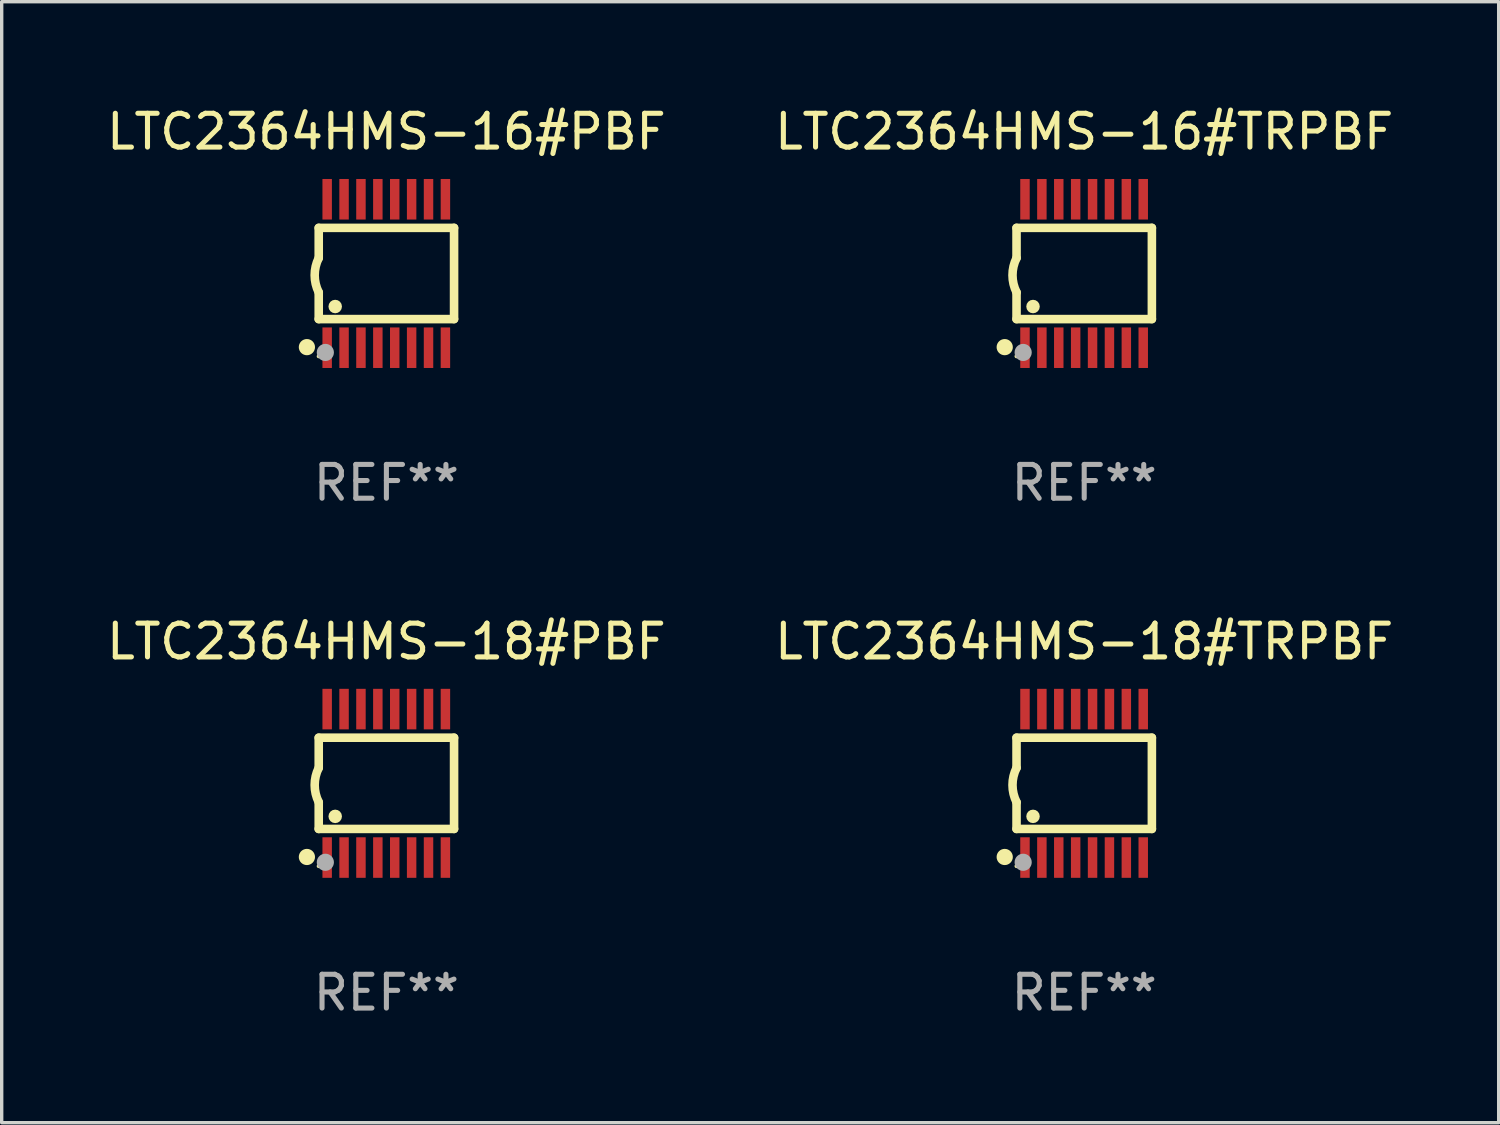
<source format=kicad_pcb>
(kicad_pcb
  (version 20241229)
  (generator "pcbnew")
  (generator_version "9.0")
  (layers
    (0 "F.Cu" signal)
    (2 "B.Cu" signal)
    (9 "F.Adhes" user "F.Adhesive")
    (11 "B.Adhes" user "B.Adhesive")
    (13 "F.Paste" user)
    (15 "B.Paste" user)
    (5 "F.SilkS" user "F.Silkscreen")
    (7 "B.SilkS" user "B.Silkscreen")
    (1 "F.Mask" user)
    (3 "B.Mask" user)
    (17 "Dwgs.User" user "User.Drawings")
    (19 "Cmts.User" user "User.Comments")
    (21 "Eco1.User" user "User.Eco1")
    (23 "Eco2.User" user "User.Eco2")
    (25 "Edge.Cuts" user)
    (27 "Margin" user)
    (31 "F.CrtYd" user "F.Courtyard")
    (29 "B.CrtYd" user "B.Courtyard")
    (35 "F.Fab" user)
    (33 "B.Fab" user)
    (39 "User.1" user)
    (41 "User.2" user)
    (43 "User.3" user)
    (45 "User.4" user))
  (footprint "LTC2364HMS-18#TRPBF"
    (layer "F.Cu")
    (at 29.042 20.136)
    (property "Reference" "LTC2364HMS-18#TRPBF" (at 0 -4.197 0) (layer "F.SilkS") (effects (font (size 1 1) (thickness 0.15))))
    (attr through_hole)
    (fp_line (start -2.003 -1.35) (end -2.003 -0.457) (stroke (width 0.254) (type solid)) (layer "F.SilkS"))
    (fp_line (start -2.003 -1.35) (end 2.003 -1.35) (stroke (width 0.254) (type solid)) (layer "F.SilkS"))
    (fp_line (start -2.003 1.35) (end -2.003 0.559) (stroke (width 0.254) (type solid)) (layer "F.SilkS"))
    (fp_line (start -2.003 1.35) (end 2.003 1.35) (stroke (width 0.254) (type solid)) (layer "F.SilkS"))
    (fp_line (start 2.003 -1.35) (end 2.003 1.35) (stroke (width 0.254) (type solid)) (layer "F.SilkS"))
    (fp_arc (start -2.002286 0.558802) (mid -2.122556 0.05092) (end -2.003302 -0.457201) (stroke (width 0.254001) (type solid)) (layer "F.SilkS"))
    (fp_circle (center -2.353 2.18) (end -2.233 2.18) (stroke (width 0.24) (type solid)) (fill no) (layer "F.SilkS"))
    (fp_circle (center -2.003 2.45) (end -1.973 2.45) (stroke (width 0.06) (type solid)) (fill no) (layer "F.SilkS"))
    (fp_circle (center -1.515 0.978) (end -1.415 0.978) (stroke (width 0.2) (type solid)) (fill no) (layer "F.SilkS"))
    (fp_circle (center -1.807 2.337) (end -1.68 2.337) (stroke (width 0.254) (type solid)) (fill no) (layer "F.Fab"))
    (fp_text user "REF**" (at 0 6.197 0) (layer "F.Fab") (effects (font (size 1 1) (thickness 0.15))))
    (pad "1" smd rect (at -1.753 2.197 90) (size 1.2 0.28) (layers "F.Cu" "F.Mask" "F.Paste"))
    (pad "2" smd rect (at -1.253 2.197 90) (size 1.2 0.28) (layers "F.Cu" "F.Mask" "F.Paste"))
    (pad "3" smd rect (at -0.753 2.197 90) (size 1.2 0.28) (layers "F.Cu" "F.Mask" "F.Paste"))
    (pad "4" smd rect (at -0.253 2.197 90) (size 1.2 0.28) (layers "F.Cu" "F.Mask" "F.Paste"))
    (pad "5" smd rect (at 0.247 2.197 90) (size 1.2 0.28) (layers "F.Cu" "F.Mask" "F.Paste"))
    (pad "6" smd rect (at 0.747 2.197 90) (size 1.2 0.28) (layers "F.Cu" "F.Mask" "F.Paste"))
    (pad "7" smd rect (at 1.247 2.197 90) (size 1.2 0.28) (layers "F.Cu" "F.Mask" "F.Paste"))
    (pad "8" smd rect (at 1.747 2.197 90) (size 1.2 0.28) (layers "F.Cu" "F.Mask" "F.Paste"))
    (pad "9" smd rect (at 1.747 -2.197 90) (size 1.2 0.28) (layers "F.Cu" "F.Mask" "F.Paste"))
    (pad "10" smd rect (at 1.247 -2.197 90) (size 1.2 0.28) (layers "F.Cu" "F.Mask" "F.Paste"))
    (pad "11" smd rect (at 0.747 -2.197 90) (size 1.2 0.28) (layers "F.Cu" "F.Mask" "F.Paste"))
    (pad "12" smd rect (at 0.247 -2.197 90) (size 1.2 0.28) (layers "F.Cu" "F.Mask" "F.Paste"))
    (pad "13" smd rect (at -0.253 -2.197 90) (size 1.2 0.28) (layers "F.Cu" "F.Mask" "F.Paste"))
    (pad "14" smd rect (at -0.753 -2.197 90) (size 1.2 0.28) (layers "F.Cu" "F.Mask" "F.Paste"))
    (pad "15" smd rect (at -1.253 -2.197 90) (size 1.2 0.28) (layers "F.Cu" "F.Mask" "F.Paste"))
    (pad "16" smd rect (at -1.753 -2.197 90) (size 1.2 0.28) (layers "F.Cu" "F.Mask" "F.Paste")))
  (footprint "LTC2364HMS-18#PBF"
    (layer "F.Cu")
    (at 8.387 20.136)
    (property "Reference" "LTC2364HMS-18#PBF" (at 0 -4.197 0) (layer "F.SilkS") (effects (font (size 1 1) (thickness 0.15))))
    (attr through_hole)
    (fp_line (start -2.003 -1.35) (end -2.003 -0.457) (stroke (width 0.254) (type solid)) (layer "F.SilkS"))
    (fp_line (start -2.003 -1.35) (end 2.003 -1.35) (stroke (width 0.254) (type solid)) (layer "F.SilkS"))
    (fp_line (start -2.003 1.35) (end -2.003 0.559) (stroke (width 0.254) (type solid)) (layer "F.SilkS"))
    (fp_line (start -2.003 1.35) (end 2.003 1.35) (stroke (width 0.254) (type solid)) (layer "F.SilkS"))
    (fp_line (start 2.003 -1.35) (end 2.003 1.35) (stroke (width 0.254) (type solid)) (layer "F.SilkS"))
    (fp_arc (start -2.002286 0.558802) (mid -2.122556 0.05092) (end -2.003302 -0.457201) (stroke (width 0.254001) (type solid)) (layer "F.SilkS"))
    (fp_circle (center -2.353 2.18) (end -2.233 2.18) (stroke (width 0.24) (type solid)) (fill no) (layer "F.SilkS"))
    (fp_circle (center -2.003 2.45) (end -1.973 2.45) (stroke (width 0.06) (type solid)) (fill no) (layer "F.SilkS"))
    (fp_circle (center -1.515 0.978) (end -1.415 0.978) (stroke (width 0.2) (type solid)) (fill no) (layer "F.SilkS"))
    (fp_circle (center -1.807 2.337) (end -1.68 2.337) (stroke (width 0.254) (type solid)) (fill no) (layer "F.Fab"))
    (fp_text user "REF**" (at 0 6.197 0) (layer "F.Fab") (effects (font (size 1 1) (thickness 0.15))))
    (pad "1" smd rect (at -1.753 2.197 90) (size 1.2 0.28) (layers "F.Cu" "F.Mask" "F.Paste"))
    (pad "2" smd rect (at -1.253 2.197 90) (size 1.2 0.28) (layers "F.Cu" "F.Mask" "F.Paste"))
    (pad "3" smd rect (at -0.753 2.197 90) (size 1.2 0.28) (layers "F.Cu" "F.Mask" "F.Paste"))
    (pad "4" smd rect (at -0.253 2.197 90) (size 1.2 0.28) (layers "F.Cu" "F.Mask" "F.Paste"))
    (pad "5" smd rect (at 0.247 2.197 90) (size 1.2 0.28) (layers "F.Cu" "F.Mask" "F.Paste"))
    (pad "6" smd rect (at 0.747 2.197 90) (size 1.2 0.28) (layers "F.Cu" "F.Mask" "F.Paste"))
    (pad "7" smd rect (at 1.247 2.197 90) (size 1.2 0.28) (layers "F.Cu" "F.Mask" "F.Paste"))
    (pad "8" smd rect (at 1.747 2.197 90) (size 1.2 0.28) (layers "F.Cu" "F.Mask" "F.Paste"))
    (pad "9" smd rect (at 1.747 -2.197 90) (size 1.2 0.28) (layers "F.Cu" "F.Mask" "F.Paste"))
    (pad "10" smd rect (at 1.247 -2.197 90) (size 1.2 0.28) (layers "F.Cu" "F.Mask" "F.Paste"))
    (pad "11" smd rect (at 0.747 -2.197 90) (size 1.2 0.28) (layers "F.Cu" "F.Mask" "F.Paste"))
    (pad "12" smd rect (at 0.247 -2.197 90) (size 1.2 0.28) (layers "F.Cu" "F.Mask" "F.Paste"))
    (pad "13" smd rect (at -0.253 -2.197 90) (size 1.2 0.28) (layers "F.Cu" "F.Mask" "F.Paste"))
    (pad "14" smd rect (at -0.753 -2.197 90) (size 1.2 0.28) (layers "F.Cu" "F.Mask" "F.Paste"))
    (pad "15" smd rect (at -1.253 -2.197 90) (size 1.2 0.28) (layers "F.Cu" "F.Mask" "F.Paste"))
    (pad "16" smd rect (at -1.753 -2.197 90) (size 1.2 0.28) (layers "F.Cu" "F.Mask" "F.Paste")))
  (footprint "LTC2364HMS-16#PBF"
    (layer "F.Cu")
    (at 8.387 5.045)
    (property "Reference" "LTC2364HMS-16#PBF" (at 0 -4.197 0) (layer "F.SilkS") (effects (font (size 1 1) (thickness 0.15))))
    (attr through_hole)
    (fp_line (start -2.003 -1.35) (end -2.003 -0.457) (stroke (width 0.254) (type solid)) (layer "F.SilkS"))
    (fp_line (start -2.003 -1.35) (end 2.003 -1.35) (stroke (width 0.254) (type solid)) (layer "F.SilkS"))
    (fp_line (start -2.003 1.35) (end -2.003 0.559) (stroke (width 0.254) (type solid)) (layer "F.SilkS"))
    (fp_line (start -2.003 1.35) (end 2.003 1.35) (stroke (width 0.254) (type solid)) (layer "F.SilkS"))
    (fp_line (start 2.003 -1.35) (end 2.003 1.35) (stroke (width 0.254) (type solid)) (layer "F.SilkS"))
    (fp_arc (start -2.002286 0.558802) (mid -2.122556 0.05092) (end -2.003302 -0.457201) (stroke (width 0.254001) (type solid)) (layer "F.SilkS"))
    (fp_circle (center -2.353 2.18) (end -2.233 2.18) (stroke (width 0.24) (type solid)) (fill no) (layer "F.SilkS"))
    (fp_circle (center -2.003 2.45) (end -1.973 2.45) (stroke (width 0.06) (type solid)) (fill no) (layer "F.SilkS"))
    (fp_circle (center -1.515 0.978) (end -1.415 0.978) (stroke (width 0.2) (type solid)) (fill no) (layer "F.SilkS"))
    (fp_circle (center -1.807 2.337) (end -1.68 2.337) (stroke (width 0.254) (type solid)) (fill no) (layer "F.Fab"))
    (fp_text user "REF**" (at 0 6.197 0) (layer "F.Fab") (effects (font (size 1 1) (thickness 0.15))))
    (pad "1" smd rect (at -1.753 2.197 90) (size 1.2 0.28) (layers "F.Cu" "F.Mask" "F.Paste"))
    (pad "2" smd rect (at -1.253 2.197 90) (size 1.2 0.28) (layers "F.Cu" "F.Mask" "F.Paste"))
    (pad "3" smd rect (at -0.753 2.197 90) (size 1.2 0.28) (layers "F.Cu" "F.Mask" "F.Paste"))
    (pad "4" smd rect (at -0.253 2.197 90) (size 1.2 0.28) (layers "F.Cu" "F.Mask" "F.Paste"))
    (pad "5" smd rect (at 0.247 2.197 90) (size 1.2 0.28) (layers "F.Cu" "F.Mask" "F.Paste"))
    (pad "6" smd rect (at 0.747 2.197 90) (size 1.2 0.28) (layers "F.Cu" "F.Mask" "F.Paste"))
    (pad "7" smd rect (at 1.247 2.197 90) (size 1.2 0.28) (layers "F.Cu" "F.Mask" "F.Paste"))
    (pad "8" smd rect (at 1.747 2.197 90) (size 1.2 0.28) (layers "F.Cu" "F.Mask" "F.Paste"))
    (pad "9" smd rect (at 1.747 -2.197 90) (size 1.2 0.28) (layers "F.Cu" "F.Mask" "F.Paste"))
    (pad "10" smd rect (at 1.247 -2.197 90) (size 1.2 0.28) (layers "F.Cu" "F.Mask" "F.Paste"))
    (pad "11" smd rect (at 0.747 -2.197 90) (size 1.2 0.28) (layers "F.Cu" "F.Mask" "F.Paste"))
    (pad "12" smd rect (at 0.247 -2.197 90) (size 1.2 0.28) (layers "F.Cu" "F.Mask" "F.Paste"))
    (pad "13" smd rect (at -0.253 -2.197 90) (size 1.2 0.28) (layers "F.Cu" "F.Mask" "F.Paste"))
    (pad "14" smd rect (at -0.753 -2.197 90) (size 1.2 0.28) (layers "F.Cu" "F.Mask" "F.Paste"))
    (pad "15" smd rect (at -1.253 -2.197 90) (size 1.2 0.28) (layers "F.Cu" "F.Mask" "F.Paste"))
    (pad "16" smd rect (at -1.753 -2.197 90) (size 1.2 0.28) (layers "F.Cu" "F.Mask" "F.Paste")))
  (footprint "LTC2364HMS-16#TRPBF"
    (layer "F.Cu")
    (at 29.042 5.045)
    (property "Reference" "LTC2364HMS-16#TRPBF" (at 0 -4.197 0) (layer "F.SilkS") (effects (font (size 1 1) (thickness 0.15))))
    (attr through_hole)
    (fp_line (start -2.003 -1.35) (end -2.003 -0.457) (stroke (width 0.254) (type solid)) (layer "F.SilkS"))
    (fp_line (start -2.003 -1.35) (end 2.003 -1.35) (stroke (width 0.254) (type solid)) (layer "F.SilkS"))
    (fp_line (start -2.003 1.35) (end -2.003 0.559) (stroke (width 0.254) (type solid)) (layer "F.SilkS"))
    (fp_line (start -2.003 1.35) (end 2.003 1.35) (stroke (width 0.254) (type solid)) (layer "F.SilkS"))
    (fp_line (start 2.003 -1.35) (end 2.003 1.35) (stroke (width 0.254) (type solid)) (layer "F.SilkS"))
    (fp_arc (start -2.002286 0.558802) (mid -2.122556 0.05092) (end -2.003302 -0.457201) (stroke (width 0.254001) (type solid)) (layer "F.SilkS"))
    (fp_circle (center -2.353 2.18) (end -2.233 2.18) (stroke (width 0.24) (type solid)) (fill no) (layer "F.SilkS"))
    (fp_circle (center -2.003 2.45) (end -1.973 2.45) (stroke (width 0.06) (type solid)) (fill no) (layer "F.SilkS"))
    (fp_circle (center -1.515 0.978) (end -1.415 0.978) (stroke (width 0.2) (type solid)) (fill no) (layer "F.SilkS"))
    (fp_circle (center -1.807 2.337) (end -1.68 2.337) (stroke (width 0.254) (type solid)) (fill no) (layer "F.Fab"))
    (fp_text user "REF**" (at 0 6.197 0) (layer "F.Fab") (effects (font (size 1 1) (thickness 0.15))))
    (pad "1" smd rect (at -1.753 2.197 90) (size 1.2 0.28) (layers "F.Cu" "F.Mask" "F.Paste"))
    (pad "2" smd rect (at -1.253 2.197 90) (size 1.2 0.28) (layers "F.Cu" "F.Mask" "F.Paste"))
    (pad "3" smd rect (at -0.753 2.197 90) (size 1.2 0.28) (layers "F.Cu" "F.Mask" "F.Paste"))
    (pad "4" smd rect (at -0.253 2.197 90) (size 1.2 0.28) (layers "F.Cu" "F.Mask" "F.Paste"))
    (pad "5" smd rect (at 0.247 2.197 90) (size 1.2 0.28) (layers "F.Cu" "F.Mask" "F.Paste"))
    (pad "6" smd rect (at 0.747 2.197 90) (size 1.2 0.28) (layers "F.Cu" "F.Mask" "F.Paste"))
    (pad "7" smd rect (at 1.247 2.197 90) (size 1.2 0.28) (layers "F.Cu" "F.Mask" "F.Paste"))
    (pad "8" smd rect (at 1.747 2.197 90) (size 1.2 0.28) (layers "F.Cu" "F.Mask" "F.Paste"))
    (pad "9" smd rect (at 1.747 -2.197 90) (size 1.2 0.28) (layers "F.Cu" "F.Mask" "F.Paste"))
    (pad "10" smd rect (at 1.247 -2.197 90) (size 1.2 0.28) (layers "F.Cu" "F.Mask" "F.Paste"))
    (pad "11" smd rect (at 0.747 -2.197 90) (size 1.2 0.28) (layers "F.Cu" "F.Mask" "F.Paste"))
    (pad "12" smd rect (at 0.247 -2.197 90) (size 1.2 0.28) (layers "F.Cu" "F.Mask" "F.Paste"))
    (pad "13" smd rect (at -0.253 -2.197 90) (size 1.2 0.28) (layers "F.Cu" "F.Mask" "F.Paste"))
    (pad "14" smd rect (at -0.753 -2.197 90) (size 1.2 0.28) (layers "F.Cu" "F.Mask" "F.Paste"))
    (pad "15" smd rect (at -1.253 -2.197 90) (size 1.2 0.28) (layers "F.Cu" "F.Mask" "F.Paste"))
    (pad "16" smd rect (at -1.753 -2.197 90) (size 1.2 0.28) (layers "F.Cu" "F.Mask" "F.Paste")))
  (gr_rect
    (start -3 -3)
    (end 41.31 30.181)
    (stroke (width 0.1) (type default))
    (fill no)
    (layer "Edge.Cuts")))
</source>
